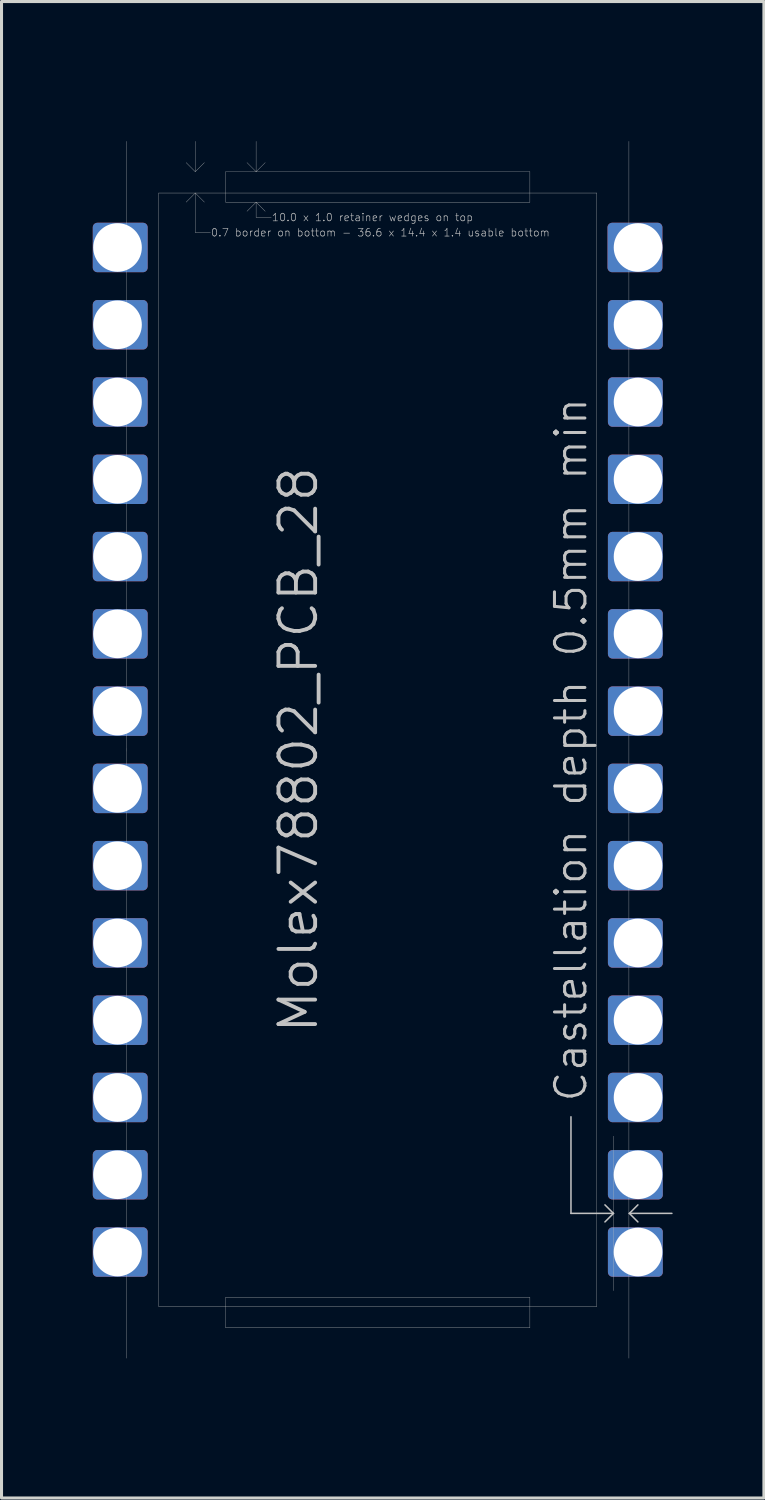
<source format=kicad_pcb>
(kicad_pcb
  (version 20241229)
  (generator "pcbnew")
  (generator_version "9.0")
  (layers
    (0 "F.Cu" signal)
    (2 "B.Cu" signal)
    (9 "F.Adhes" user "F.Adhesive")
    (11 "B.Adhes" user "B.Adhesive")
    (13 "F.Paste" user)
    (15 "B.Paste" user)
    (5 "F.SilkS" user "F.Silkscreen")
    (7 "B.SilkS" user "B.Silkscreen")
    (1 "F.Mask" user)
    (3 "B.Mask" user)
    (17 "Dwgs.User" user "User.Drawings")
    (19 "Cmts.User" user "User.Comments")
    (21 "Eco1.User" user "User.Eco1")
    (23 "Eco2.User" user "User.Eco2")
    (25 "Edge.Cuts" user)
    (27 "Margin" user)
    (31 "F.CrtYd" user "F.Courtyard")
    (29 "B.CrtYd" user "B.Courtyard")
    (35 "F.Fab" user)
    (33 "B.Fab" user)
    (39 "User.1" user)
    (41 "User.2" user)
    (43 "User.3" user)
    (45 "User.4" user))
  (footprint "Molex78802_PCB_28"
    (layer "F.Cu")
    (at 9.368 21.595)
    (property "Reference" "Molex78802_PCB_28" (at -1.905 0 270) (layer "Dwgs.User") (effects (font (size 1.206 1.206) (thickness 0.127)) (justify bottom)))
    (attr exclude_from_pos_files exclude_from_bom)
    (fp_poly (pts (xy -7.717 -15.85) (xy -9.216 -15.85) (xy -9.216 -17.17) (xy -7.717 -17.17)) (stroke (width 0.305) (type solid)) (fill yes) (layer "F.Cu"))
    (fp_poly (pts (xy -7.717 -13.31) (xy -9.216 -13.31) (xy -9.216 -14.63) (xy -7.717 -14.63)) (stroke (width 0.305) (type solid)) (fill yes) (layer "F.Cu"))
    (fp_poly (pts (xy -7.717 -10.77) (xy -9.216 -10.77) (xy -9.216 -12.09) (xy -7.717 -12.09)) (stroke (width 0.305) (type solid)) (fill yes) (layer "F.Cu"))
    (fp_poly (pts (xy -7.717 -8.23) (xy -9.216 -8.23) (xy -9.216 -9.55) (xy -7.717 -9.55)) (stroke (width 0.305) (type solid)) (fill yes) (layer "F.Cu"))
    (fp_poly (pts (xy -7.717 -5.69) (xy -9.216 -5.69) (xy -9.216 -7.01) (xy -7.717 -7.01)) (stroke (width 0.305) (type solid)) (fill yes) (layer "F.Cu"))
    (fp_poly (pts (xy -7.717 -3.15) (xy -9.216 -3.15) (xy -9.216 -4.47) (xy -7.717 -4.47)) (stroke (width 0.305) (type solid)) (fill yes) (layer "F.Cu"))
    (fp_poly (pts (xy -7.717 -0.61) (xy -9.216 -0.61) (xy -9.216 -1.93) (xy -7.717 -1.93)) (stroke (width 0.305) (type solid)) (fill yes) (layer "F.Cu"))
    (fp_poly (pts (xy -7.717 1.93) (xy -9.216 1.93) (xy -9.216 0.61) (xy -7.717 0.61)) (stroke (width 0.305) (type solid)) (fill yes) (layer "F.Cu"))
    (fp_poly (pts (xy -7.717 4.47) (xy -9.216 4.47) (xy -9.216 3.15) (xy -7.717 3.15)) (stroke (width 0.305) (type solid)) (fill yes) (layer "F.Cu"))
    (fp_poly (pts (xy -7.717 7.01) (xy -9.216 7.01) (xy -9.216 5.69) (xy -7.717 5.69)) (stroke (width 0.305) (type solid)) (fill yes) (layer "F.Cu"))
    (fp_poly (pts (xy -7.717 9.55) (xy -9.216 9.55) (xy -9.216 8.23) (xy -7.717 8.23)) (stroke (width 0.305) (type solid)) (fill yes) (layer "F.Cu"))
    (fp_poly (pts (xy -7.717 12.09) (xy -9.216 12.09) (xy -9.216 10.77) (xy -7.717 10.77)) (stroke (width 0.305) (type solid)) (fill yes) (layer "F.Cu"))
    (fp_poly (pts (xy -7.717 14.63) (xy -9.216 14.63) (xy -9.216 13.31) (xy -7.717 13.31)) (stroke (width 0.305) (type solid)) (fill yes) (layer "F.Cu"))
    (fp_poly (pts (xy -7.717 17.17) (xy -9.216 17.17) (xy -9.216 15.85) (xy -7.717 15.85)) (stroke (width 0.305) (type solid)) (fill yes) (layer "F.Cu"))
    (fp_poly (pts (xy 9.203 -15.85) (xy 7.704 -15.85) (xy 7.704 -17.17) (xy 9.203 -17.17)) (stroke (width 0.305) (type solid)) (fill yes) (layer "F.Cu"))
    (fp_poly (pts (xy 9.216 -13.31) (xy 7.717 -13.31) (xy 7.717 -14.63) (xy 9.216 -14.63)) (stroke (width 0.305) (type solid)) (fill yes) (layer "F.Cu"))
    (fp_poly (pts (xy 9.216 -10.77) (xy 7.717 -10.77) (xy 7.717 -12.09) (xy 9.216 -12.09)) (stroke (width 0.305) (type solid)) (fill yes) (layer "F.Cu"))
    (fp_poly (pts (xy 9.216 -8.23) (xy 7.717 -8.23) (xy 7.717 -9.55) (xy 9.216 -9.55)) (stroke (width 0.305) (type solid)) (fill yes) (layer "F.Cu"))
    (fp_poly (pts (xy 9.216 -5.69) (xy 7.717 -5.69) (xy 7.717 -7.01) (xy 9.216 -7.01)) (stroke (width 0.305) (type solid)) (fill yes) (layer "F.Cu"))
    (fp_poly (pts (xy 9.216 -3.15) (xy 7.717 -3.15) (xy 7.717 -4.47) (xy 9.216 -4.47)) (stroke (width 0.305) (type solid)) (fill yes) (layer "F.Cu"))
    (fp_poly (pts (xy 9.216 -0.61) (xy 7.717 -0.61) (xy 7.717 -1.93) (xy 9.216 -1.93)) (stroke (width 0.305) (type solid)) (fill yes) (layer "F.Cu"))
    (fp_poly (pts (xy 9.216 1.93) (xy 7.717 1.93) (xy 7.717 0.61) (xy 9.216 0.61)) (stroke (width 0.305) (type solid)) (fill yes) (layer "F.Cu"))
    (fp_poly (pts (xy 9.216 4.47) (xy 7.717 4.47) (xy 7.717 3.15) (xy 9.216 3.15)) (stroke (width 0.305) (type solid)) (fill yes) (layer "F.Cu"))
    (fp_poly (pts (xy 9.216 7.01) (xy 7.717 7.01) (xy 7.717 5.69) (xy 9.216 5.69)) (stroke (width 0.305) (type solid)) (fill yes) (layer "F.Cu"))
    (fp_poly (pts (xy 9.216 9.55) (xy 7.717 9.55) (xy 7.717 8.23) (xy 9.216 8.23)) (stroke (width 0.305) (type solid)) (fill yes) (layer "F.Cu"))
    (fp_poly (pts (xy 9.216 12.09) (xy 7.717 12.09) (xy 7.717 10.77) (xy 9.216 10.77)) (stroke (width 0.305) (type solid)) (fill yes) (layer "F.Cu"))
    (fp_poly (pts (xy 9.216 14.63) (xy 7.717 14.63) (xy 7.717 13.31) (xy 9.216 13.31)) (stroke (width 0.305) (type solid)) (fill yes) (layer "F.Cu"))
    (fp_poly (pts (xy 9.216 17.17) (xy 7.717 17.17) (xy 7.717 15.85) (xy 9.216 15.85)) (stroke (width 0.305) (type solid)) (fill yes) (layer "F.Cu"))
    (fp_poly (pts (xy -7.717 -15.85) (xy -9.216 -15.85) (xy -9.216 -17.17) (xy -7.717 -17.17)) (stroke (width 0.305) (type solid)) (fill yes) (layer "B.Cu"))
    (fp_poly (pts (xy -7.717 -14.63) (xy -9.216 -14.63) (xy -9.216 -13.31) (xy -7.717 -13.31)) (stroke (width 0.305) (type solid)) (fill yes) (layer "B.Cu"))
    (fp_poly (pts (xy -7.717 -12.09) (xy -9.216 -12.09) (xy -9.216 -10.77) (xy -7.717 -10.77)) (stroke (width 0.305) (type solid)) (fill yes) (layer "B.Cu"))
    (fp_poly (pts (xy -7.717 -9.55) (xy -9.216 -9.55) (xy -9.216 -8.23) (xy -7.717 -8.23)) (stroke (width 0.305) (type solid)) (fill yes) (layer "B.Cu"))
    (fp_poly (pts (xy -7.717 -7.01) (xy -9.216 -7.01) (xy -9.216 -5.69) (xy -7.717 -5.69)) (stroke (width 0.305) (type solid)) (fill yes) (layer "B.Cu"))
    (fp_poly (pts (xy -7.717 -4.47) (xy -9.216 -4.47) (xy -9.216 -3.15) (xy -7.717 -3.15)) (stroke (width 0.305) (type solid)) (fill yes) (layer "B.Cu"))
    (fp_poly (pts (xy -7.717 -1.93) (xy -9.216 -1.93) (xy -9.216 -0.61) (xy -7.717 -0.61)) (stroke (width 0.305) (type solid)) (fill yes) (layer "B.Cu"))
    (fp_poly (pts (xy -7.717 0.61) (xy -9.216 0.61) (xy -9.216 1.93) (xy -7.717 1.93)) (stroke (width 0.305) (type solid)) (fill yes) (layer "B.Cu"))
    (fp_poly (pts (xy -7.717 3.15) (xy -9.216 3.15) (xy -9.216 4.47) (xy -7.717 4.47)) (stroke (width 0.305) (type solid)) (fill yes) (layer "B.Cu"))
    (fp_poly (pts (xy -7.717 5.69) (xy -9.216 5.69) (xy -9.216 7.01) (xy -7.717 7.01)) (stroke (width 0.305) (type solid)) (fill yes) (layer "B.Cu"))
    (fp_poly (pts (xy -7.717 8.23) (xy -9.216 8.23) (xy -9.216 9.55) (xy -7.717 9.55)) (stroke (width 0.305) (type solid)) (fill yes) (layer "B.Cu"))
    (fp_poly (pts (xy -7.717 10.77) (xy -9.216 10.77) (xy -9.216 12.09) (xy -7.717 12.09)) (stroke (width 0.305) (type solid)) (fill yes) (layer "B.Cu"))
    (fp_poly (pts (xy -7.717 13.31) (xy -9.216 13.31) (xy -9.216 14.63) (xy -7.717 14.63)) (stroke (width 0.305) (type solid)) (fill yes) (layer "B.Cu"))
    (fp_poly (pts (xy -7.717 15.85) (xy -9.216 15.85) (xy -9.216 17.17) (xy -7.717 17.17)) (stroke (width 0.305) (type solid)) (fill yes) (layer "B.Cu"))
    (fp_poly (pts (xy 9.203 -15.85) (xy 7.704 -15.85) (xy 7.704 -17.17) (xy 9.203 -17.17)) (stroke (width 0.305) (type solid)) (fill yes) (layer "B.Cu"))
    (fp_poly (pts (xy 9.216 -14.63) (xy 7.717 -14.63) (xy 7.717 -13.31) (xy 9.216 -13.31)) (stroke (width 0.305) (type solid)) (fill yes) (layer "B.Cu"))
    (fp_poly (pts (xy 9.216 -12.09) (xy 7.717 -12.09) (xy 7.717 -10.77) (xy 9.216 -10.77)) (stroke (width 0.305) (type solid)) (fill yes) (layer "B.Cu"))
    (fp_poly (pts (xy 9.216 -9.55) (xy 7.717 -9.55) (xy 7.717 -8.23) (xy 9.216 -8.23)) (stroke (width 0.305) (type solid)) (fill yes) (layer "B.Cu"))
    (fp_poly (pts (xy 9.216 -7.01) (xy 7.717 -7.01) (xy 7.717 -5.69) (xy 9.216 -5.69)) (stroke (width 0.305) (type solid)) (fill yes) (layer "B.Cu"))
    (fp_poly (pts (xy 9.216 -4.47) (xy 7.717 -4.47) (xy 7.717 -3.15) (xy 9.216 -3.15)) (stroke (width 0.305) (type solid)) (fill yes) (layer "B.Cu"))
    (fp_poly (pts (xy 9.216 -1.93) (xy 7.717 -1.93) (xy 7.717 -0.61) (xy 9.216 -0.61)) (stroke (width 0.305) (type solid)) (fill yes) (layer "B.Cu"))
    (fp_poly (pts (xy 9.216 0.61) (xy 7.717 0.61) (xy 7.717 1.93) (xy 9.216 1.93)) (stroke (width 0.305) (type solid)) (fill yes) (layer "B.Cu"))
    (fp_poly (pts (xy 9.216 3.15) (xy 7.717 3.15) (xy 7.717 4.47) (xy 9.216 4.47)) (stroke (width 0.305) (type solid)) (fill yes) (layer "B.Cu"))
    (fp_poly (pts (xy 9.216 5.69) (xy 7.717 5.69) (xy 7.717 7.01) (xy 9.216 7.01)) (stroke (width 0.305) (type solid)) (fill yes) (layer "B.Cu"))
    (fp_poly (pts (xy 9.216 8.23) (xy 7.717 8.23) (xy 7.717 9.55) (xy 9.216 9.55)) (stroke (width 0.305) (type solid)) (fill yes) (layer "B.Cu"))
    (fp_poly (pts (xy 9.216 10.77) (xy 7.717 10.77) (xy 7.717 12.09) (xy 9.216 12.09)) (stroke (width 0.305) (type solid)) (fill yes) (layer "B.Cu"))
    (fp_poly (pts (xy 9.216 13.31) (xy 7.717 13.31) (xy 7.717 14.63) (xy 9.216 14.63)) (stroke (width 0.305) (type solid)) (fill yes) (layer "B.Cu"))
    (fp_poly (pts (xy 9.216 15.85) (xy 7.717 15.85) (xy 7.717 17.17) (xy 9.216 17.17)) (stroke (width 0.305) (type solid)) (fill yes) (layer "B.Cu"))
    (fp_line (start -8.255 -20) (end -8.255 20) (stroke (width 0.01) (type solid)) (layer "Dwgs.User"))
    (fp_line (start -8.255 0.051) (end -8.255 -0.051) (stroke (width 0.002) (type solid)) (layer "Dwgs.User"))
    (fp_line (start -7.506 16.485) (end -7.506 16.535) (stroke (width 0.001) (type solid)) (layer "Dwgs.User"))
    (fp_line (start -7.2 -18.3) (end -7.2 18.3) (stroke (width 0.01) (type solid)) (layer "Dwgs.User"))
    (fp_line (start -7.2 -18.3) (end 7.2 -18.3) (stroke (width 0.01) (type solid)) (layer "Dwgs.User"))
    (fp_line (start -7.2 18.3) (end 7.2 18.3) (stroke (width 0.01) (type solid)) (layer "Dwgs.User"))
    (fp_line (start -6 -19) (end -6.3 -19.3) (stroke (width 0.01) (type solid)) (layer "Dwgs.User"))
    (fp_line (start -6 -19) (end -6 -20) (stroke (width 0.01) (type solid)) (layer "Dwgs.User"))
    (fp_line (start -6 -19) (end -5.7 -19.3) (stroke (width 0.01) (type solid)) (layer "Dwgs.User"))
    (fp_line (start -6 -18.3) (end -6.3 -18) (stroke (width 0.01) (type solid)) (layer "Dwgs.User"))
    (fp_line (start -6 -18.3) (end -6 -17) (stroke (width 0.01) (type solid)) (layer "Dwgs.User"))
    (fp_line (start -6 -18.3) (end -5.7 -18) (stroke (width 0.01) (type solid)) (layer "Dwgs.User"))
    (fp_line (start -6 -17) (end -5.5 -17) (stroke (width 0.01) (type solid)) (layer "Dwgs.User"))
    (fp_line (start -5 -19) (end -5 -18) (stroke (width 0.01) (type solid)) (layer "Dwgs.User"))
    (fp_line (start -5 -18) (end 5 -18) (stroke (width 0.01) (type solid)) (layer "Dwgs.User"))
    (fp_line (start -5 18) (end -5 19) (stroke (width 0.01) (type solid)) (layer "Dwgs.User"))
    (fp_line (start -5 18) (end 5 18) (stroke (width 0.01) (type solid)) (layer "Dwgs.User"))
    (fp_line (start -5 19) (end 5 19) (stroke (width 0.01) (type solid)) (layer "Dwgs.User"))
    (fp_line (start -4 -19) (end -4.3 -19.3) (stroke (width 0.01) (type solid)) (layer "Dwgs.User"))
    (fp_line (start -4 -19) (end -4 -20) (stroke (width 0.01) (type solid)) (layer "Dwgs.User"))
    (fp_line (start -4 -19) (end -3.7 -19.3) (stroke (width 0.01) (type solid)) (layer "Dwgs.User"))
    (fp_line (start -4 -18) (end -4.3 -17.7) (stroke (width 0.01) (type solid)) (layer "Dwgs.User"))
    (fp_line (start -4 -18) (end -4 -17.5) (stroke (width 0.01) (type solid)) (layer "Dwgs.User"))
    (fp_line (start -4 -18) (end -3.7 -17.7) (stroke (width 0.01) (type solid)) (layer "Dwgs.User"))
    (fp_line (start -4 -17.5) (end -3.5 -17.5) (stroke (width 0.01) (type solid)) (layer "Dwgs.User"))
    (fp_line (start 5 -19) (end -5 -19) (stroke (width 0.01) (type solid)) (layer "Dwgs.User"))
    (fp_line (start 5 -18) (end 5 -19) (stroke (width 0.01) (type solid)) (layer "Dwgs.User"))
    (fp_line (start 5 19) (end 5 18) (stroke (width 0.01) (type solid)) (layer "Dwgs.User"))
    (fp_line (start 6.35 12.065) (end 6.35 15.24) (stroke (width 0.05) (type solid)) (layer "Dwgs.User"))
    (fp_line (start 6.35 15.24) (end 7.747 15.24) (stroke (width 0.05) (type solid)) (layer "Dwgs.User"))
    (fp_line (start 7.2 -18.3) (end 7.2 18.3) (stroke (width 0.01) (type solid)) (layer "Dwgs.User"))
    (fp_line (start 7.467 14.96) (end 7.747 15.24) (stroke (width 0.05) (type solid)) (layer "Dwgs.User"))
    (fp_line (start 7.747 15.24) (end 7.467 15.52) (stroke (width 0.05) (type solid)) (layer "Dwgs.User"))
    (fp_line (start 7.757 17.78) (end 7.757 12.7) (stroke (width 0.01) (type solid)) (layer "Dwgs.User"))
    (fp_line (start 8.255 -20) (end 8.255 20) (stroke (width 0.01) (type solid)) (layer "Dwgs.User"))
    (fp_line (start 8.27 15.24) (end 8.55 15.52) (stroke (width 0.05) (type solid)) (layer "Dwgs.User"))
    (fp_line (start 8.27 15.24) (end 9.667 15.24) (stroke (width 0.05) (type solid)) (layer "Dwgs.User"))
    (fp_line (start 8.55 14.96) (end 8.27 15.24) (stroke (width 0.05) (type solid)) (layer "Dwgs.User"))
    (fp_line (start -8.26 -19.05) (end -0.762 -19.05) (stroke (width 0.01) (type solid)) (layer "Eco1.User"))
    (fp_line (start -8.26 19.05) (end -8.26 -19.05) (stroke (width 0.01) (type solid)) (layer "Eco1.User"))
    (fp_line (start -8.26 19.05) (end -4.559 19.05) (stroke (width 0.01) (type solid)) (layer "Eco1.User"))
    (fp_line (start -4.559 19.05) (end -4.559 21.59) (stroke (width 0.01) (type solid)) (layer "Eco1.User"))
    (fp_line (start -4.559 21.59) (end -3.035 21.59) (stroke (width 0.01) (type solid)) (layer "Eco1.User"))
    (fp_line (start -3.035 21.59) (end -3.035 19.05) (stroke (width 0.01) (type solid)) (layer "Eco1.User"))
    (fp_line (start -0.762 -21.59) (end 0.762 -21.59) (stroke (width 0.01) (type solid)) (layer "Eco1.User"))
    (fp_line (start -0.762 -19.05) (end -0.762 -21.59) (stroke (width 0.01) (type solid)) (layer "Eco1.User"))
    (fp_line (start 0.762 -21.59) (end 0.762 -19.05) (stroke (width 0.01) (type solid)) (layer "Eco1.User"))
    (fp_line (start 0.762 -19.05) (end 8.26 -19.05) (stroke (width 0.01) (type solid)) (layer "Eco1.User"))
    (fp_line (start 3.035 19.05) (end -3.035 19.05) (stroke (width 0.01) (type solid)) (layer "Eco1.User"))
    (fp_line (start 3.035 21.59) (end 3.035 19.05) (stroke (width 0.01) (type solid)) (layer "Eco1.User"))
    (fp_line (start 4.559 19.05) (end 4.559 21.59) (stroke (width 0.01) (type solid)) (layer "Eco1.User"))
    (fp_line (start 4.559 19.05) (end 8.26 19.05) (stroke (width 0.01) (type solid)) (layer "Eco1.User"))
    (fp_line (start 4.559 21.59) (end 3.035 21.59) (stroke (width 0.01) (type solid)) (layer "Eco1.User"))
    (fp_line (start 8.26 19.05) (end 8.26 -19.05) (stroke (width 0.01) (type solid)) (layer "Eco1.User"))
    (fp_line (start -8.26 17.49) (end -8.26 -16.94) (stroke (width 0.01) (type solid)) (layer "Eco2.User"))
    (fp_line (start -8 17.75) (end -8.26 17.49) (stroke (width 0.01) (type solid)) (layer "Eco2.User"))
    (fp_line (start -8 19) (end -8 17.75) (stroke (width 0.01) (type solid)) (layer "Eco2.User"))
    (fp_line (start -8 19) (end 8 19) (stroke (width 0.01) (type solid)) (layer "Eco2.User"))
    (fp_line (start -6.2 -19) (end -8.26 -16.94) (stroke (width 0.01) (type solid)) (layer "Eco2.User"))
    (fp_line (start 8 -19) (end -6.2 -19) (stroke (width 0.01) (type solid)) (layer "Eco2.User"))
    (fp_line (start 8 -17.75) (end 8 -19) (stroke (width 0.01) (type solid)) (layer "Eco2.User"))
    (fp_line (start 8 17.75) (end 8.26 17.49) (stroke (width 0.01) (type solid)) (layer "Eco2.User"))
    (fp_line (start 8 19) (end 8 17.75) (stroke (width 0.01) (type solid)) (layer "Eco2.User"))
    (fp_line (start 8.26 -17.49) (end 8 -17.75) (stroke (width 0.01) (type solid)) (layer "Eco2.User"))
    (fp_line (start 8.26 17.49) (end 8.26 -17.49) (stroke (width 0.01) (type solid)) (layer "Eco2.User"))
    (fp_text user "Castellation depth 0.5mm min" (at 6.35 0 270) (layer "Dwgs.User") (effects (font (size 1 1) (thickness 0.1))))
    (fp_text user "0.7 border on bottom - 36.6 x 14.4 x 1.4 usable bottom" (at -5.5 -17 0) (layer "Dwgs.User") (effects (font (size 0.25 0.25) (thickness 0.02)) (justify left)))
    (fp_text user "10.0 x 1.0 retainer wedges on top" (at -3.5 -17.5 0) (layer "Dwgs.User") (effects (font (size 0.25 0.25) (thickness 0.02)) (justify left)))
    (fp_text user "Eco1.User is Edge.Cuts for use without carrier." (at -4.445 0 270) (layer "Eco1.User") (effects (font (size 0.8 0.8) (thickness 0.05))))
    (fp_text user "Board outline: 0.01mm grid, copy Eco2.User" (at -6 0 270) (layer "Eco2.User") (effects (font (size 1 1) (thickness 0.1))))
    (pad "1" thru_hole circle (at -8.555 -16.51) (size 1.6 1.6) (drill 1.598) (layers "*.Cu" "*.Mask"))
    (pad "2" thru_hole circle (at -8.555 -13.97) (size 1.6 1.6) (drill 1.598) (layers "*.Cu" "*.Mask"))
    (pad "3" thru_hole circle (at -8.555 -11.43) (size 1.6 1.6) (drill 1.598) (layers "*.Cu" "*.Mask"))
    (pad "4" thru_hole circle (at -8.555 -8.89) (size 1.6 1.6) (drill 1.598) (layers "*.Cu" "*.Mask"))
    (pad "5" thru_hole circle (at -8.555 -6.35) (size 1.6 1.6) (drill 1.598) (layers "*.Cu" "*.Mask"))
    (pad "6" thru_hole circle (at -8.555 -3.81) (size 1.6 1.6) (drill 1.598) (layers "*.Cu" "*.Mask"))
    (pad "7" thru_hole circle (at -8.555 -1.27) (size 1.6 1.6) (drill 1.598) (layers "*.Cu" "*.Mask"))
    (pad "8" thru_hole circle (at -8.555 1.27) (size 1.6 1.6) (drill 1.598) (layers "*.Cu" "*.Mask"))
    (pad "9" thru_hole circle (at -8.555 3.81) (size 1.6 1.6) (drill 1.598) (layers "*.Cu" "*.Mask"))
    (pad "10" thru_hole circle (at -8.555 6.35) (size 1.6 1.6) (drill 1.598) (layers "*.Cu" "*.Mask"))
    (pad "11" thru_hole circle (at -8.555 8.89) (size 1.6 1.6) (drill 1.598) (layers "*.Cu" "*.Mask"))
    (pad "12" thru_hole circle (at -8.555 11.43) (size 1.6 1.6) (drill 1.598) (layers "*.Cu" "*.Mask"))
    (pad "13" thru_hole circle (at -8.555 13.97) (size 1.6 1.6) (drill 1.598) (layers "*.Cu" "*.Mask"))
    (pad "14" thru_hole circle (at -8.555 16.51) (size 1.6 1.6) (drill 1.598) (layers "*.Cu" "*.Mask"))
    (pad "15" thru_hole circle (at 8.555 16.51 180) (size 1.6 1.6) (drill 1.598) (layers "*.Cu" "*.Mask"))
    (pad "16" thru_hole circle (at 8.555 13.97 180) (size 1.6 1.6) (drill 1.598) (layers "*.Cu" "*.Mask"))
    (pad "17" thru_hole circle (at 8.555 11.43 180) (size 1.6 1.6) (drill 1.598) (layers "*.Cu" "*.Mask"))
    (pad "18" thru_hole circle (at 8.555 8.89 180) (size 1.6 1.6) (drill 1.598) (layers "*.Cu" "*.Mask"))
    (pad "19" thru_hole circle (at 8.555 6.35 180) (size 1.6 1.6) (drill 1.598) (layers "*.Cu" "*.Mask"))
    (pad "20" thru_hole circle (at 8.555 3.81 180) (size 1.6 1.6) (drill 1.598) (layers "*.Cu" "*.Mask"))
    (pad "21" thru_hole circle (at 8.555 1.27 180) (size 1.6 1.6) (drill 1.598) (layers "*.Cu" "*.Mask"))
    (pad "22" thru_hole circle (at 8.555 -1.27 180) (size 1.6 1.6) (drill 1.598) (layers "*.Cu" "*.Mask"))
    (pad "23" thru_hole circle (at 8.555 -3.81 180) (size 1.6 1.6) (drill 1.598) (layers "*.Cu" "*.Mask"))
    (pad "24" thru_hole circle (at 8.555 -6.35 180) (size 1.6 1.6) (drill 1.598) (layers "*.Cu" "*.Mask"))
    (pad "25" thru_hole circle (at 8.555 -8.89 180) (size 1.6 1.6) (drill 1.598) (layers "*.Cu" "*.Mask"))
    (pad "26" thru_hole circle (at 8.555 -11.43 180) (size 1.6 1.6) (drill 1.598) (layers "*.Cu" "*.Mask"))
    (pad "27" thru_hole circle (at 8.555 -13.97 180) (size 1.6 1.6) (drill 1.598) (layers "*.Cu" "*.Mask"))
    (pad "28" thru_hole circle (at 8.555 -16.51 180) (size 1.6 1.6) (drill 1.598) (layers "*.Cu" "*.Mask")))
  (gr_rect
    (start -3 -3)
    (end 22.06 46.19)
    (stroke (width 0.1) (type default))
    (fill no)
    (layer "Edge.Cuts")))
</source>
